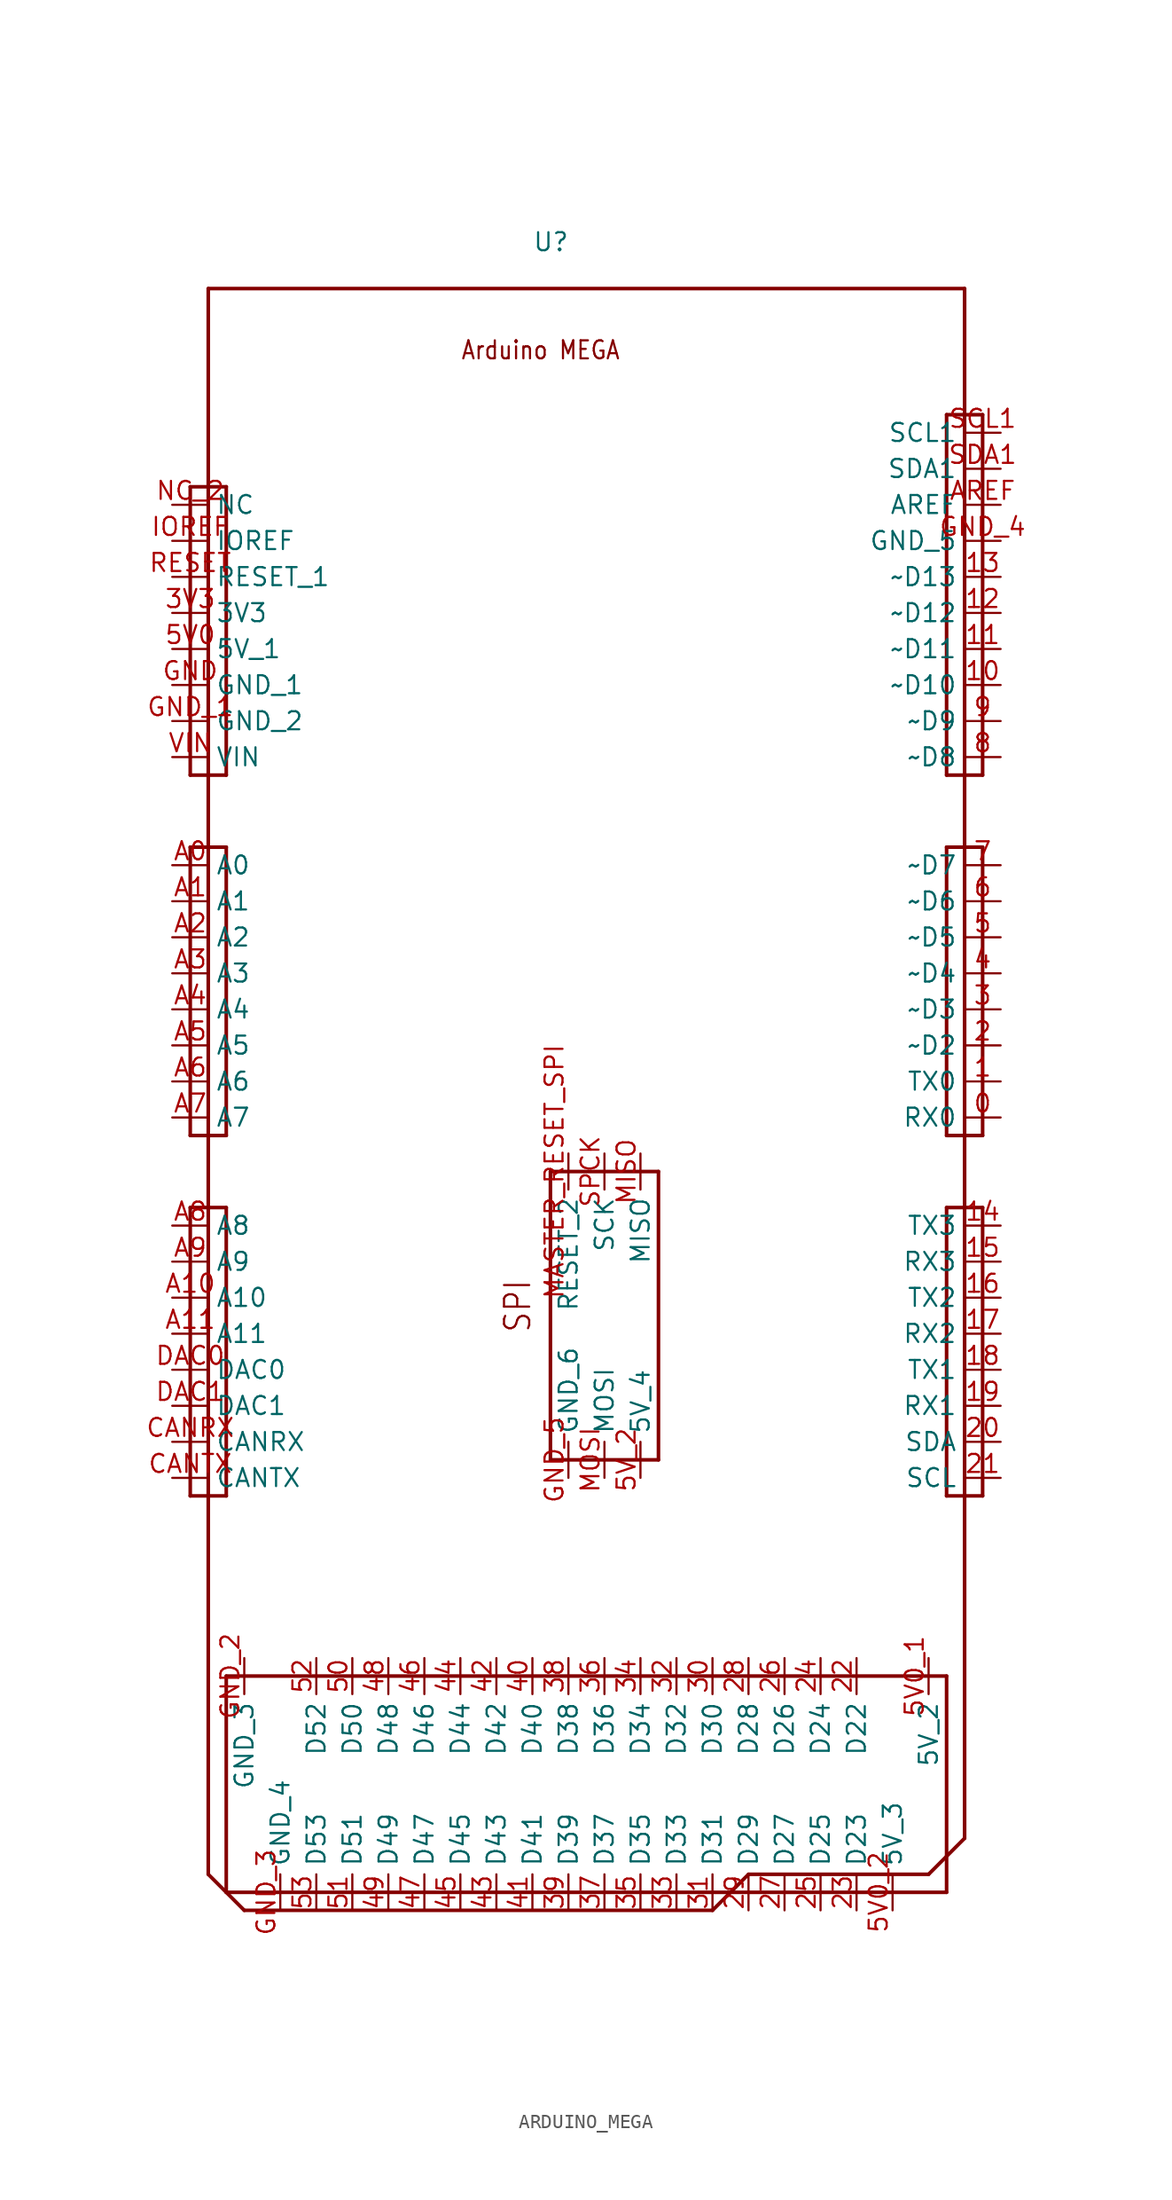
<source format=kicad_sym>
(kicad_symbol_lib
  (version 20211014)
  (generator kicad_symbol_editor)
  (symbol "ARDUINO_MEGA"
    (pin_names)
    (property "Reference" "U"
      (at 22.86 2.54 0)
      (effects (font (size 1.27 1.27)) (justify left bottom)))
    (property "Datasheet" ""
      (at 0 0 0))
    (property "ki_description" "https://content.arduino.cc/assets/Pinout-Mega2560rev3_latest.pdf?_gl=1*4p398r*_ga*Mzk2NjQ1OTcxLjE2NDM5MTY1NTQ.*_ga_NEXN8H46L5*MTY0NDM0OTcxMy42LjEuMTY0NDM1MDA4MS4w "
      (at 0 0 0))
    (property "ki_fp_filters" "FlashPCB_DevBoards:ARDUINO_MEGA FlashPCB_DevBoards:ARDUINO_MEGA_SHIELD"
      (at 0 0 0))
    (symbol "ARDUINO_MEGA_1_1"
      (text "Arduino MEGA" (at 17.78 -5.08 0) (effects (font (size 1.27 1.086)) (justify left bottom)))
      (text "SPI" (at 22.86 -73.66 900) (effects (font (size 1.778 1.52)) (justify left bottom)))
      (polyline (pts (xy 1.27 -97.79) (xy 52.07 -97.79)) (stroke (width 0.254)) (fill (type none)))
      (polyline (pts (xy 52.07 -97.79) (xy 52.07 -113.03)) (stroke (width 0.254)) (fill (type none)))
      (polyline (pts (xy 52.07 -113.03) (xy 1.27 -113.03)) (stroke (width 0.254)) (fill (type none)))
      (polyline (pts (xy 1.27 -113.03) (xy 1.27 -97.79)) (stroke (width 0.254)) (fill (type none)))
      (polyline (pts (xy -1.27 -64.77) (xy 1.27 -64.77)) (stroke (width 0.254)) (fill (type none)))
      (polyline (pts (xy 1.27 -64.77) (xy 1.27 -85.09)) (stroke (width 0.254)) (fill (type none)))
      (polyline (pts (xy 1.27 -85.09) (xy -1.27 -85.09)) (stroke (width 0.254)) (fill (type none)))
      (polyline (pts (xy -1.27 -85.09) (xy -1.27 -64.77)) (stroke (width 0.254)) (fill (type none)))
      (polyline (pts (xy 54.61 -64.77) (xy 52.07 -64.77)) (stroke (width 0.254)) (fill (type none)))
      (polyline (pts (xy 52.07 -64.77) (xy 52.07 -85.09)) (stroke (width 0.254)) (fill (type none)))
      (polyline (pts (xy 52.07 -85.09) (xy 54.61 -85.09)) (stroke (width 0.254)) (fill (type none)))
      (polyline (pts (xy 54.61 -85.09) (xy 54.61 -64.77)) (stroke (width 0.254)) (fill (type none)))
      (polyline (pts (xy -1.27 -39.37) (xy 1.27 -39.37)) (stroke (width 0.254)) (fill (type none)))
      (polyline (pts (xy 1.27 -39.37) (xy 1.27 -59.69)) (stroke (width 0.254)) (fill (type none)))
      (polyline (pts (xy 1.27 -59.69) (xy -1.27 -59.69)) (stroke (width 0.254)) (fill (type none)))
      (polyline (pts (xy -1.27 -59.69) (xy -1.27 -39.37)) (stroke (width 0.254)) (fill (type none)))
      (polyline (pts (xy 52.07 -39.37) (xy 54.61 -39.37)) (stroke (width 0.254)) (fill (type none)))
      (polyline (pts (xy 54.61 -39.37) (xy 54.61 -59.69)) (stroke (width 0.254)) (fill (type none)))
      (polyline (pts (xy 54.61 -59.69) (xy 52.07 -59.69)) (stroke (width 0.254)) (fill (type none)))
      (polyline (pts (xy 52.07 -59.69) (xy 52.07 -39.37)) (stroke (width 0.254)) (fill (type none)))
      (polyline (pts (xy -1.27 -13.97) (xy 1.27 -13.97)) (stroke (width 0.254)) (fill (type none)))
      (polyline (pts (xy 1.27 -13.97) (xy 1.27 -34.29)) (stroke (width 0.254)) (fill (type none)))
      (polyline (pts (xy 1.27 -34.29) (xy -1.27 -34.29)) (stroke (width 0.254)) (fill (type none)))
      (polyline (pts (xy -1.27 -34.29) (xy -1.27 -13.97)) (stroke (width 0.254)) (fill (type none)))
      (polyline (pts (xy 52.07 -8.89) (xy 54.61 -8.89)) (stroke (width 0.254)) (fill (type none)))
      (polyline (pts (xy 54.61 -8.89) (xy 54.61 -34.29)) (stroke (width 0.254)) (fill (type none)))
      (polyline (pts (xy 54.61 -34.29) (xy 52.07 -34.29)) (stroke (width 0.254)) (fill (type none)))
      (polyline (pts (xy 52.07 -34.29) (xy 52.07 -8.89)) (stroke (width 0.254)) (fill (type none)))
      (polyline (pts (xy 24.13 -62.23) (xy 31.75 -62.23)) (stroke (width 0.254)) (fill (type none)))
      (polyline (pts (xy 31.75 -62.23) (xy 31.75 -82.55)) (stroke (width 0.254)) (fill (type none)))
      (polyline (pts (xy 31.75 -82.55) (xy 24.13 -82.55)) (stroke (width 0.254)) (fill (type none)))
      (polyline (pts (xy 24.13 -82.55) (xy 24.13 -62.23)) (stroke (width 0.254)) (fill (type none)))
      (polyline (pts (xy 0 0) (xy 53.34 0)) (stroke (width 0.254)) (fill (type none)))
      (polyline (pts (xy 53.34 0) (xy 53.34 -109.22)) (stroke (width 0.254)) (fill (type none)))
      (polyline (pts (xy 53.34 -109.22) (xy 50.8 -111.76)) (stroke (width 0.254)) (fill (type none)))
      (polyline (pts (xy 50.8 -111.76) (xy 38.1 -111.76)) (stroke (width 0.254)) (fill (type none)))
      (polyline (pts (xy 38.1 -111.76) (xy 35.56 -114.3)) (stroke (width 0.254)) (fill (type none)))
      (polyline (pts (xy 35.56 -114.3) (xy 2.54 -114.3)) (stroke (width 0.254)) (fill (type none)))
      (polyline (pts (xy 2.54 -114.3) (xy 0 -111.76)) (stroke (width 0.254)) (fill (type none)))
      (polyline (pts (xy 0 -111.76) (xy 0 0)) (stroke (width 0.254)) (fill (type none)))
      (pin bidirectional line (at -2.54 -15.24 0) (length 2.54) (name "NC" (effects (font (size 1.27 1.27)))) (number "NC_2" (effects (font (size 1.27 1.27)))))
      (pin bidirectional line (at -2.54 -17.78 0) (length 2.54) (name "IOREF" (effects (font (size 1.27 1.27)))) (number "IOREF" (effects (font (size 1.27 1.27)))))
      (pin bidirectional line (at -2.54 -20.32 0) (length 2.54) (name "RESET_1" (effects (font (size 1.27 1.27)))) (number "RESET" (effects (font (size 1.27 1.27)))))
      (pin bidirectional line (at -2.54 -22.86 0) (length 2.54) (name "3V3" (effects (font (size 1.27 1.27)))) (number "3V3" (effects (font (size 1.27 1.27)))))
      (pin bidirectional line (at -2.54 -25.4 0) (length 2.54) (name "5V_1" (effects (font (size 1.27 1.27)))) (number "5V0" (effects (font (size 1.27 1.27)))))
      (pin bidirectional line (at -2.54 -27.94 0) (length 2.54) (name "GND_1" (effects (font (size 1.27 1.27)))) (number "GND" (effects (font (size 1.27 1.27)))))
      (pin bidirectional line (at -2.54 -30.48 0) (length 2.54) (name "GND_2" (effects (font (size 1.27 1.27)))) (number "GND_1" (effects (font (size 1.27 1.27)))))
      (pin bidirectional line (at -2.54 -33.02 0) (length 2.54) (name "VIN" (effects (font (size 1.27 1.27)))) (number "VIN" (effects (font (size 1.27 1.27)))))
      (pin bidirectional line (at -2.54 -40.64 0) (length 2.54) (name "A0" (effects (font (size 1.27 1.27)))) (number "A0" (effects (font (size 1.27 1.27)))))
      (pin bidirectional line (at -2.54 -43.18 0) (length 2.54) (name "A1" (effects (font (size 1.27 1.27)))) (number "A1" (effects (font (size 1.27 1.27)))))
      (pin bidirectional line (at -2.54 -45.72 0) (length 2.54) (name "A2" (effects (font (size 1.27 1.27)))) (number "A2" (effects (font (size 1.27 1.27)))))
      (pin bidirectional line (at -2.54 -48.26 0) (length 2.54) (name "A3" (effects (font (size 1.27 1.27)))) (number "A3" (effects (font (size 1.27 1.27)))))
      (pin bidirectional line (at -2.54 -50.8 0) (length 2.54) (name "A4" (effects (font (size 1.27 1.27)))) (number "A4" (effects (font (size 1.27 1.27)))))
      (pin bidirectional line (at -2.54 -53.34 0) (length 2.54) (name "A5" (effects (font (size 1.27 1.27)))) (number "A5" (effects (font (size 1.27 1.27)))))
      (pin bidirectional line (at -2.54 -55.88 0) (length 2.54) (name "A6" (effects (font (size 1.27 1.27)))) (number "A6" (effects (font (size 1.27 1.27)))))
      (pin bidirectional line (at -2.54 -58.42 0) (length 2.54) (name "A7" (effects (font (size 1.27 1.27)))) (number "A7" (effects (font (size 1.27 1.27)))))
      (pin bidirectional line (at -2.54 -66.04 0) (length 2.54) (name "A8" (effects (font (size 1.27 1.27)))) (number "A8" (effects (font (size 1.27 1.27)))))
      (pin bidirectional line (at -2.54 -68.58 0) (length 2.54) (name "A9" (effects (font (size 1.27 1.27)))) (number "A9" (effects (font (size 1.27 1.27)))))
      (pin bidirectional line (at -2.54 -71.12 0) (length 2.54) (name "A10" (effects (font (size 1.27 1.27)))) (number "A10" (effects (font (size 1.27 1.27)))))
      (pin bidirectional line (at -2.54 -73.66 0) (length 2.54) (name "A11" (effects (font (size 1.27 1.27)))) (number "A11" (effects (font (size 1.27 1.27)))))
      (pin bidirectional line (at -2.54 -76.2 0) (length 2.54) (name "DAC0" (effects (font (size 1.27 1.27)))) (number "DAC0" (effects (font (size 1.27 1.27)))))
      (pin bidirectional line (at -2.54 -78.74 0) (length 2.54) (name "DAC1" (effects (font (size 1.27 1.27)))) (number "DAC1" (effects (font (size 1.27 1.27)))))
      (pin bidirectional line (at -2.54 -81.28 0) (length 2.54) (name "CANRX" (effects (font (size 1.27 1.27)))) (number "CANRX" (effects (font (size 1.27 1.27)))))
      (pin bidirectional line (at -2.54 -83.82 0) (length 2.54) (name "CANTX" (effects (font (size 1.27 1.27)))) (number "CANTX" (effects (font (size 1.27 1.27)))))
      (pin bidirectional line (at 5.08 -114.3 90) (length 2.54) (name "GND_4" (effects (font (size 1.27 1.27)))) (number "GND_3" (effects (font (size 1.27 1.27)))))
      (pin bidirectional line (at 7.62 -114.3 90) (length 2.54) (name "D53" (effects (font (size 1.27 1.27)))) (number "53" (effects (font (size 1.27 1.27)))))
      (pin bidirectional line (at 10.16 -114.3 90) (length 2.54) (name "D51" (effects (font (size 1.27 1.27)))) (number "51" (effects (font (size 1.27 1.27)))))
      (pin bidirectional line (at 12.7 -114.3 90) (length 2.54) (name "D49" (effects (font (size 1.27 1.27)))) (number "49" (effects (font (size 1.27 1.27)))))
      (pin bidirectional line (at 15.24 -114.3 90) (length 2.54) (name "D47" (effects (font (size 1.27 1.27)))) (number "47" (effects (font (size 1.27 1.27)))))
      (pin bidirectional line (at 17.78 -114.3 90) (length 2.54) (name "D45" (effects (font (size 1.27 1.27)))) (number "45" (effects (font (size 1.27 1.27)))))
      (pin bidirectional line (at 20.32 -114.3 90) (length 2.54) (name "D43" (effects (font (size 1.27 1.27)))) (number "43" (effects (font (size 1.27 1.27)))))
      (pin bidirectional line (at 22.86 -114.3 90) (length 2.54) (name "D41" (effects (font (size 1.27 1.27)))) (number "41" (effects (font (size 1.27 1.27)))))
      (pin bidirectional line (at 25.4 -114.3 90) (length 2.54) (name "D39" (effects (font (size 1.27 1.27)))) (number "39" (effects (font (size 1.27 1.27)))))
      (pin bidirectional line (at 27.94 -114.3 90) (length 2.54) (name "D37" (effects (font (size 1.27 1.27)))) (number "37" (effects (font (size 1.27 1.27)))))
      (pin bidirectional line (at 33.02 -114.3 90) (length 2.54) (name "D33" (effects (font (size 1.27 1.27)))) (number "33" (effects (font (size 1.27 1.27)))))
      (pin bidirectional line (at 30.48 -114.3 90) (length 2.54) (name "D35" (effects (font (size 1.27 1.27)))) (number "35" (effects (font (size 1.27 1.27)))))
      (pin bidirectional line (at 35.56 -114.3 90) (length 2.54) (name "D31" (effects (font (size 1.27 1.27)))) (number "31" (effects (font (size 1.27 1.27)))))
      (pin bidirectional line (at 38.1 -114.3 90) (length 2.54) (name "D29" (effects (font (size 1.27 1.27)))) (number "29" (effects (font (size 1.27 1.27)))))
      (pin bidirectional line (at 40.64 -114.3 90) (length 2.54) (name "D27" (effects (font (size 1.27 1.27)))) (number "27" (effects (font (size 1.27 1.27)))))
      (pin bidirectional line (at 43.18 -114.3 90) (length 2.54) (name "D25" (effects (font (size 1.27 1.27)))) (number "25" (effects (font (size 1.27 1.27)))))
      (pin bidirectional line (at 45.72 -114.3 90) (length 2.54) (name "D23" (effects (font (size 1.27 1.27)))) (number "23" (effects (font (size 1.27 1.27)))))
      (pin bidirectional line (at 48.26 -114.3 90) (length 2.54) (name "5V_3" (effects (font (size 1.27 1.27)))) (number "5V0_2" (effects (font (size 1.27 1.27)))))
      (pin bidirectional line (at 50.8 -96.52 270) (length 2.54) (name "5V_2" (effects (font (size 1.27 1.27)))) (number "5V0_1" (effects (font (size 1.27 1.27)))))
      (pin bidirectional line (at 45.72 -96.52 270) (length 2.54) (name "D22" (effects (font (size 1.27 1.27)))) (number "22" (effects (font (size 1.27 1.27)))))
      (pin bidirectional line (at 43.18 -96.52 270) (length 2.54) (name "D24" (effects (font (size 1.27 1.27)))) (number "24" (effects (font (size 1.27 1.27)))))
      (pin bidirectional line (at 40.64 -96.52 270) (length 2.54) (name "D26" (effects (font (size 1.27 1.27)))) (number "26" (effects (font (size 1.27 1.27)))))
      (pin bidirectional line (at 38.1 -96.52 270) (length 2.54) (name "D28" (effects (font (size 1.27 1.27)))) (number "28" (effects (font (size 1.27 1.27)))))
      (pin bidirectional line (at 35.56 -96.52 270) (length 2.54) (name "D30" (effects (font (size 1.27 1.27)))) (number "30" (effects (font (size 1.27 1.27)))))
      (pin bidirectional line (at 33.02 -96.52 270) (length 2.54) (name "D32" (effects (font (size 1.27 1.27)))) (number "32" (effects (font (size 1.27 1.27)))))
      (pin bidirectional line (at 30.48 -96.52 270) (length 2.54) (name "D34" (effects (font (size 1.27 1.27)))) (number "34" (effects (font (size 1.27 1.27)))))
      (pin bidirectional line (at 27.94 -96.52 270) (length 2.54) (name "D36" (effects (font (size 1.27 1.27)))) (number "36" (effects (font (size 1.27 1.27)))))
      (pin bidirectional line (at 25.4 -96.52 270) (length 2.54) (name "D38" (effects (font (size 1.27 1.27)))) (number "38" (effects (font (size 1.27 1.27)))))
      (pin bidirectional line (at 22.86 -96.52 270) (length 2.54) (name "D40" (effects (font (size 1.27 1.27)))) (number "40" (effects (font (size 1.27 1.27)))))
      (pin bidirectional line (at 20.32 -96.52 270) (length 2.54) (name "D42" (effects (font (size 1.27 1.27)))) (number "42" (effects (font (size 1.27 1.27)))))
      (pin bidirectional line (at 17.78 -96.52 270) (length 2.54) (name "D44" (effects (font (size 1.27 1.27)))) (number "44" (effects (font (size 1.27 1.27)))))
      (pin bidirectional line (at 15.24 -96.52 270) (length 2.54) (name "D46" (effects (font (size 1.27 1.27)))) (number "46" (effects (font (size 1.27 1.27)))))
      (pin bidirectional line (at 12.7 -96.52 270) (length 2.54) (name "D48" (effects (font (size 1.27 1.27)))) (number "48" (effects (font (size 1.27 1.27)))))
      (pin bidirectional line (at 10.16 -96.52 270) (length 2.54) (name "D50" (effects (font (size 1.27 1.27)))) (number "50" (effects (font (size 1.27 1.27)))))
      (pin bidirectional line (at 7.62 -96.52 270) (length 2.54) (name "D52" (effects (font (size 1.27 1.27)))) (number "52" (effects (font (size 1.27 1.27)))))
      (pin bidirectional line (at 2.54 -96.52 270) (length 2.54) (name "GND_3" (effects (font (size 1.27 1.27)))) (number "GND_2" (effects (font (size 1.27 1.27)))))
      (pin bidirectional line (at 55.88 -83.82 180) (length 2.54) (name "SCL" (effects (font (size 1.27 1.27)))) (number "21" (effects (font (size 1.27 1.27)))))
      (pin bidirectional line (at 55.88 -81.28 180) (length 2.54) (name "SDA" (effects (font (size 1.27 1.27)))) (number "20" (effects (font (size 1.27 1.27)))))
      (pin bidirectional line (at 55.88 -78.74 180) (length 2.54) (name "RX1" (effects (font (size 1.27 1.27)))) (number "19" (effects (font (size 1.27 1.27)))))
      (pin bidirectional line (at 55.88 -76.2 180) (length 2.54) (name "TX1" (effects (font (size 1.27 1.27)))) (number "18" (effects (font (size 1.27 1.27)))))
      (pin bidirectional line (at 55.88 -73.66 180) (length 2.54) (name "RX2" (effects (font (size 1.27 1.27)))) (number "17" (effects (font (size 1.27 1.27)))))
      (pin bidirectional line (at 55.88 -71.12 180) (length 2.54) (name "TX2" (effects (font (size 1.27 1.27)))) (number "16" (effects (font (size 1.27 1.27)))))
      (pin bidirectional line (at 55.88 -68.58 180) (length 2.54) (name "RX3" (effects (font (size 1.27 1.27)))) (number "15" (effects (font (size 1.27 1.27)))))
      (pin bidirectional line (at 55.88 -66.04 180) (length 2.54) (name "TX3" (effects (font (size 1.27 1.27)))) (number "14" (effects (font (size 1.27 1.27)))))
      (pin bidirectional line (at 55.88 -58.42 180) (length 2.54) (name "RX0" (effects (font (size 1.27 1.27)))) (number "0" (effects (font (size 1.27 1.27)))))
      (pin bidirectional line (at 55.88 -55.88 180) (length 2.54) (name "TX0" (effects (font (size 1.27 1.27)))) (number "1" (effects (font (size 1.27 1.27)))))
      (pin bidirectional line (at 55.88 -53.34 180) (length 2.54) (name "~D2" (effects (font (size 1.27 1.27)))) (number "2" (effects (font (size 1.27 1.27)))))
      (pin bidirectional line (at 55.88 -50.8 180) (length 2.54) (name "~D3" (effects (font (size 1.27 1.27)))) (number "3" (effects (font (size 1.27 1.27)))))
      (pin bidirectional line (at 55.88 -48.26 180) (length 2.54) (name "~D4" (effects (font (size 1.27 1.27)))) (number "4" (effects (font (size 1.27 1.27)))))
      (pin bidirectional line (at 55.88 -45.72 180) (length 2.54) (name "~D5" (effects (font (size 1.27 1.27)))) (number "5" (effects (font (size 1.27 1.27)))))
      (pin bidirectional line (at 55.88 -43.18 180) (length 2.54) (name "~D6" (effects (font (size 1.27 1.27)))) (number "6" (effects (font (size 1.27 1.27)))))
      (pin bidirectional line (at 55.88 -40.64 180) (length 2.54) (name "~D7" (effects (font (size 1.27 1.27)))) (number "7" (effects (font (size 1.27 1.27)))))
      (pin bidirectional line (at 55.88 -33.02 180) (length 2.54) (name "~D8" (effects (font (size 1.27 1.27)))) (number "8" (effects (font (size 1.27 1.27)))))
      (pin bidirectional line (at 55.88 -30.48 180) (length 2.54) (name "~D9" (effects (font (size 1.27 1.27)))) (number "9" (effects (font (size 1.27 1.27)))))
      (pin bidirectional line (at 55.88 -27.94 180) (length 2.54) (name "~D10" (effects (font (size 1.27 1.27)))) (number "10" (effects (font (size 1.27 1.27)))))
      (pin bidirectional line (at 55.88 -25.4 180) (length 2.54) (name "~D11" (effects (font (size 1.27 1.27)))) (number "11" (effects (font (size 1.27 1.27)))))
      (pin bidirectional line (at 55.88 -22.86 180) (length 2.54) (name "~D12" (effects (font (size 1.27 1.27)))) (number "12" (effects (font (size 1.27 1.27)))))
      (pin bidirectional line (at 55.88 -20.32 180) (length 2.54) (name "~D13" (effects (font (size 1.27 1.27)))) (number "13" (effects (font (size 1.27 1.27)))))
      (pin bidirectional line (at 55.88 -17.78 180) (length 2.54) (name "GND_5" (effects (font (size 1.27 1.27)))) (number "GND_4" (effects (font (size 1.27 1.27)))))
      (pin bidirectional line (at 55.88 -15.24 180) (length 2.54) (name "AREF" (effects (font (size 1.27 1.27)))) (number "AREF" (effects (font (size 1.27 1.27)))))
      (pin bidirectional line (at 55.88 -12.7 180) (length 2.54) (name "SDA1" (effects (font (size 1.27 1.27)))) (number "SDA1" (effects (font (size 1.27 1.27)))))
      (pin bidirectional line (at 55.88 -10.16 180) (length 2.54) (name "SCL1" (effects (font (size 1.27 1.27)))) (number "SCL1" (effects (font (size 1.27 1.27)))))
      (pin bidirectional line (at 25.4 -60.96 270) (length 2.54) (name "RESET_2" (effects (font (size 1.27 1.27)))) (number "MASTER_RESET_SPI" (effects (font (size 1.27 1.27)))))
      (pin bidirectional line (at 25.4 -83.82 90) (length 2.54) (name "GND_6" (effects (font (size 1.27 1.27)))) (number "GND_5" (effects (font (size 1.27 1.27)))))
      (pin bidirectional line (at 27.94 -83.82 90) (length 2.54) (name "MOSI" (effects (font (size 1.27 1.27)))) (number "MOSI" (effects (font (size 1.27 1.27)))))
      (pin bidirectional line (at 27.94 -60.96 270) (length 2.54) (name "SCK" (effects (font (size 1.27 1.27)))) (number "SPCK" (effects (font (size 1.27 1.27)))))
      (pin bidirectional line (at 30.48 -60.96 270) (length 2.54) (name "MISO" (effects (font (size 1.27 1.27)))) (number "MISO" (effects (font (size 1.27 1.27)))))
      (pin bidirectional line (at 30.48 -83.82 90) (length 2.54) (name "5V_4" (effects (font (size 1.27 1.27)))) (number "5V_2" (effects (font (size 1.27 1.27))))))))
</source>
